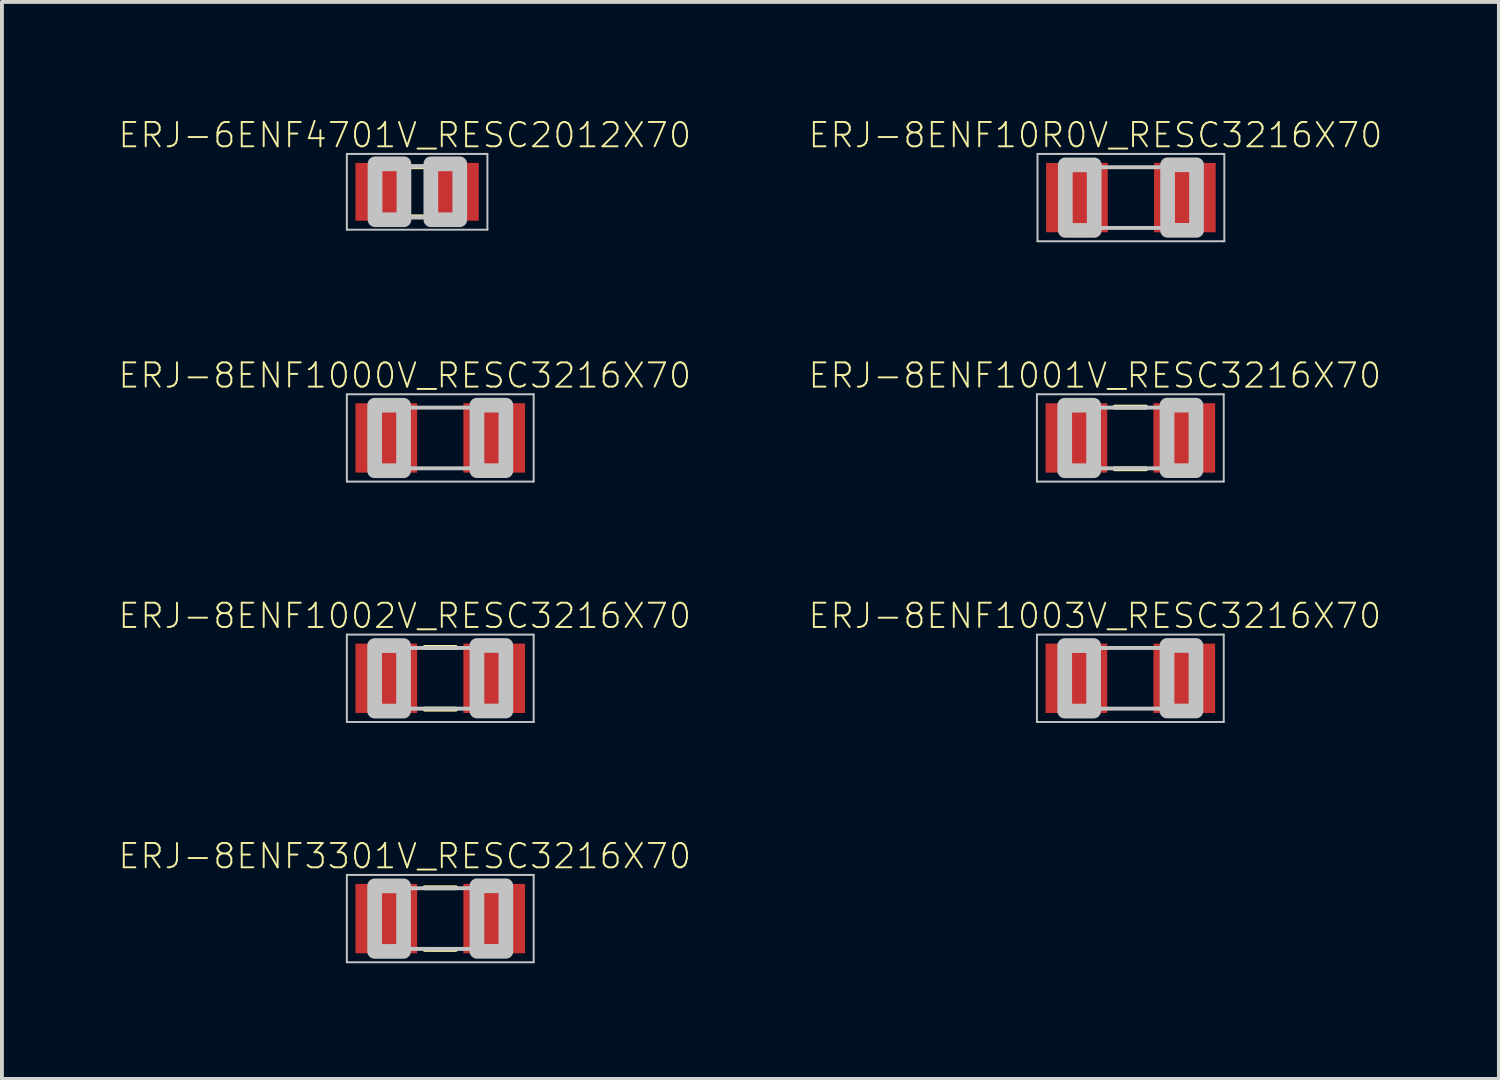
<source format=kicad_pcb>
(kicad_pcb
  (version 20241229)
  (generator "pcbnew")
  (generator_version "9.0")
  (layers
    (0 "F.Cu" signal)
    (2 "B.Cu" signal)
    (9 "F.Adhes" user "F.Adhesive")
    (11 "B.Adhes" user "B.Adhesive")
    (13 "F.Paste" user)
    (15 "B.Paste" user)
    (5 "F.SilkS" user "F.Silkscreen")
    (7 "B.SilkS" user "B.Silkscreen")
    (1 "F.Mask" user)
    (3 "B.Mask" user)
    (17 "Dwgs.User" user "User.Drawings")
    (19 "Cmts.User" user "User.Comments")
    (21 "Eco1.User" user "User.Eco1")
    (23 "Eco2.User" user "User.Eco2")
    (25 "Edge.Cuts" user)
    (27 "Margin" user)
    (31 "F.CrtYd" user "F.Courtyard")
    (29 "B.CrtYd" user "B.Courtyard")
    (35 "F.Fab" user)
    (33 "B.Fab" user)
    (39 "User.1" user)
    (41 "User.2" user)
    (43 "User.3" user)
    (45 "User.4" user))
  (footprint "ERJ-8ENF10R0V_RESC3216X70"
    (layer "F.Cu")
    (at 26.288 2.076)
    (property "Reference" "ERJ-8ENF10R0V_RESC3216X70" (at -0.92 -1.62 0) (layer "F.SilkS") (effects (font (size 0.63 0.63) (thickness 0.05))))
    (attr smd)
    (fp_line (start -2.423 -1.133) (end 2.423 -1.133) (stroke (width 0.051) (type solid)) (layer "Dwgs.User"))
    (fp_line (start -2.423 1.133) (end -2.423 -1.133) (stroke (width 0.051) (type solid)) (layer "Dwgs.User"))
    (fp_line (start -0.965 -0.787) (end 0.965 -0.787) (stroke (width 0.102) (type solid)) (layer "Dwgs.User"))
    (fp_line (start -0.965 0.787) (end 0.965 0.787) (stroke (width 0.102) (type solid)) (layer "Dwgs.User"))
    (fp_line (start 2.423 -1.133) (end 2.423 1.133) (stroke (width 0.051) (type solid)) (layer "Dwgs.User"))
    (fp_line (start 2.423 1.133) (end -2.423 1.133) (stroke (width 0.051) (type solid)) (layer "Dwgs.User"))
    (fp_poly (pts (xy -1.702 -0.849) (xy -0.952 -0.849) (xy -0.952 0.851) (xy -1.702 0.851)) (stroke (width 0.381) (type solid)) (fill no) (layer "Dwgs.User"))
    (fp_poly (pts (xy 0.952 -0.851) (xy 1.702 -0.851) (xy 1.702 0.849) (xy 0.952 0.849)) (stroke (width 0.381) (type solid)) (fill no) (layer "Dwgs.User"))
    (pad "1" smd rect (at -1.4 0) (size 1.6 1.8) (layers "F.Cu" "F.Mask" "F.Paste"))
    (pad "2" smd rect (at 1.4 0) (size 1.6 1.8) (layers "F.Cu" "F.Mask" "F.Paste")))
  (footprint "ERJ-8ENF1001V_RESC3216X70"
    (layer "F.Cu")
    (at 26.273 8.311)
    (property "Reference" "ERJ-8ENF1001V_RESC3216X70" (at -0.92 -1.62 0) (layer "F.SilkS") (effects (font (size 0.63 0.63) (thickness 0.05))))
    (attr smd)
    (fp_line (start -0.4 -0.8) (end 0.4 -0.8) (stroke (width 0.127) (type solid)) (layer "F.SilkS"))
    (fp_line (start -0.4 0.8) (end 0.4 0.8) (stroke (width 0.127) (type solid)) (layer "F.SilkS"))
    (fp_line (start -2.423 -1.133) (end 2.423 -1.133) (stroke (width 0.051) (type solid)) (layer "Dwgs.User"))
    (fp_line (start -2.423 1.133) (end -2.423 -1.133) (stroke (width 0.051) (type solid)) (layer "Dwgs.User"))
    (fp_line (start -0.965 -0.787) (end 0.965 -0.787) (stroke (width 0.102) (type solid)) (layer "Dwgs.User"))
    (fp_line (start -0.965 0.787) (end 0.965 0.787) (stroke (width 0.102) (type solid)) (layer "Dwgs.User"))
    (fp_line (start 2.423 -1.133) (end 2.423 1.133) (stroke (width 0.051) (type solid)) (layer "Dwgs.User"))
    (fp_line (start 2.423 1.133) (end -2.423 1.133) (stroke (width 0.051) (type solid)) (layer "Dwgs.User"))
    (fp_poly (pts (xy -1.702 -0.849) (xy -0.952 -0.849) (xy -0.952 0.851) (xy -1.702 0.851)) (stroke (width 0.381) (type solid)) (fill no) (layer "Dwgs.User"))
    (fp_poly (pts (xy 0.952 -0.851) (xy 1.702 -0.851) (xy 1.702 0.849) (xy 0.952 0.849)) (stroke (width 0.381) (type solid)) (fill no) (layer "Dwgs.User"))
    (pad "1" smd rect (at -1.4 0) (size 1.6 1.8) (layers "F.Cu" "F.Mask" "F.Paste"))
    (pad "2" smd rect (at 1.4 0) (size 1.6 1.8) (layers "F.Cu" "F.Mask" "F.Paste")))
  (footprint "ERJ-8ENF1002V_RESC3216X70"
    (layer "F.Cu")
    (at 8.371 14.546)
    (property "Reference" "ERJ-8ENF1002V_RESC3216X70" (at -0.92 -1.62 0) (layer "F.SilkS") (effects (font (size 0.63 0.63) (thickness 0.05))))
    (attr smd)
    (fp_line (start -0.4 -0.8) (end 0.4 -0.8) (stroke (width 0.127) (type solid)) (layer "F.SilkS"))
    (fp_line (start -0.4 0.8) (end 0.4 0.8) (stroke (width 0.127) (type solid)) (layer "F.SilkS"))
    (fp_line (start -2.423 -1.133) (end 2.423 -1.133) (stroke (width 0.051) (type solid)) (layer "Dwgs.User"))
    (fp_line (start -2.423 1.133) (end -2.423 -1.133) (stroke (width 0.051) (type solid)) (layer "Dwgs.User"))
    (fp_line (start -0.965 -0.787) (end 0.965 -0.787) (stroke (width 0.102) (type solid)) (layer "Dwgs.User"))
    (fp_line (start -0.965 0.787) (end 0.965 0.787) (stroke (width 0.102) (type solid)) (layer "Dwgs.User"))
    (fp_line (start 2.423 -1.133) (end 2.423 1.133) (stroke (width 0.051) (type solid)) (layer "Dwgs.User"))
    (fp_line (start 2.423 1.133) (end -2.423 1.133) (stroke (width 0.051) (type solid)) (layer "Dwgs.User"))
    (fp_poly (pts (xy -1.702 -0.849) (xy -0.952 -0.849) (xy -0.952 0.851) (xy -1.702 0.851)) (stroke (width 0.381) (type solid)) (fill no) (layer "Dwgs.User"))
    (fp_poly (pts (xy 0.952 -0.851) (xy 1.702 -0.851) (xy 1.702 0.849) (xy 0.952 0.849)) (stroke (width 0.381) (type solid)) (fill no) (layer "Dwgs.User"))
    (pad "1" smd rect (at -1.4 0) (size 1.6 1.8) (layers "F.Cu" "F.Mask" "F.Paste"))
    (pad "2" smd rect (at 1.4 0) (size 1.6 1.8) (layers "F.Cu" "F.Mask" "F.Paste")))
  (footprint "ERJ-8ENF3301V_RESC3216X70"
    (layer "F.Cu")
    (at 8.371 20.78)
    (property "Reference" "ERJ-8ENF3301V_RESC3216X70" (at -0.92 -1.62 0) (layer "F.SilkS") (effects (font (size 0.63 0.63) (thickness 0.05))))
    (attr smd)
    (fp_line (start -0.4 -0.8) (end 0.4 -0.8) (stroke (width 0.127) (type solid)) (layer "F.SilkS"))
    (fp_line (start -0.4 0.8) (end 0.4 0.8) (stroke (width 0.127) (type solid)) (layer "F.SilkS"))
    (fp_line (start -2.423 -1.133) (end 2.423 -1.133) (stroke (width 0.051) (type solid)) (layer "Dwgs.User"))
    (fp_line (start -2.423 1.133) (end -2.423 -1.133) (stroke (width 0.051) (type solid)) (layer "Dwgs.User"))
    (fp_line (start -0.965 -0.787) (end 0.965 -0.787) (stroke (width 0.102) (type solid)) (layer "Dwgs.User"))
    (fp_line (start -0.965 0.787) (end 0.965 0.787) (stroke (width 0.102) (type solid)) (layer "Dwgs.User"))
    (fp_line (start 2.423 -1.133) (end 2.423 1.133) (stroke (width 0.051) (type solid)) (layer "Dwgs.User"))
    (fp_line (start 2.423 1.133) (end -2.423 1.133) (stroke (width 0.051) (type solid)) (layer "Dwgs.User"))
    (fp_poly (pts (xy -1.702 -0.849) (xy -0.952 -0.849) (xy -0.952 0.851) (xy -1.702 0.851)) (stroke (width 0.381) (type solid)) (fill no) (layer "Dwgs.User"))
    (fp_poly (pts (xy 0.952 -0.851) (xy 1.702 -0.851) (xy 1.702 0.849) (xy 0.952 0.849)) (stroke (width 0.381) (type solid)) (fill no) (layer "Dwgs.User"))
    (pad "1" smd rect (at -1.4 0) (size 1.6 1.8) (layers "F.Cu" "F.Mask" "F.Paste"))
    (pad "2" smd rect (at 1.4 0) (size 1.6 1.8) (layers "F.Cu" "F.Mask" "F.Paste")))
  (footprint "ERJ-6ENF4701V_RESC2012X70"
    (layer "F.Cu")
    (at 7.771 1.926)
    (property "Reference" "ERJ-6ENF4701V_RESC2012X70" (at -0.32 -1.47 0) (layer "F.SilkS") (effects (font (size 0.63 0.63) (thickness 0.05))))
    (attr smd)
    (fp_line (start -0.15 -0.65) (end 0.15 -0.65) (stroke (width 0.127) (type solid)) (layer "F.SilkS"))
    (fp_line (start -0.15 0.65) (end 0.15 0.65) (stroke (width 0.127) (type solid)) (layer "F.SilkS"))
    (fp_line (start -1.823 -0.983) (end 1.823 -0.983) (stroke (width 0.051) (type solid)) (layer "Dwgs.User"))
    (fp_line (start -1.823 0.983) (end -1.823 -0.983) (stroke (width 0.051) (type solid)) (layer "Dwgs.User"))
    (fp_line (start -0.381 -0.66) (end 0.381 -0.66) (stroke (width 0.102) (type solid)) (layer "Dwgs.User"))
    (fp_line (start -0.356 0.66) (end 0.381 0.66) (stroke (width 0.102) (type solid)) (layer "Dwgs.User"))
    (fp_line (start 1.823 -0.983) (end 1.823 0.983) (stroke (width 0.051) (type solid)) (layer "Dwgs.User"))
    (fp_line (start 1.823 0.983) (end -1.823 0.983) (stroke (width 0.051) (type solid)) (layer "Dwgs.User"))
    (fp_poly (pts (xy -1.092 -0.726) (xy -0.342 -0.726) (xy -0.342 0.724) (xy -1.092 0.724)) (stroke (width 0.381) (type solid)) (fill no) (layer "Dwgs.User"))
    (fp_poly (pts (xy 0.356 -0.726) (xy 1.106 -0.726) (xy 1.106 0.724) (xy 0.356 0.724)) (stroke (width 0.381) (type solid)) (fill no) (layer "Dwgs.User"))
    (pad "1" smd rect (at -0.95 0) (size 1.3 1.5) (layers "F.Cu" "F.Mask" "F.Paste"))
    (pad "2" smd rect (at 0.95 0) (size 1.3 1.5) (layers "F.Cu" "F.Mask" "F.Paste")))
  (footprint "ERJ-8ENF1003V_RESC3216X70"
    (layer "F.Cu")
    (at 26.273 14.546)
    (property "Reference" "ERJ-8ENF1003V_RESC3216X70" (at -0.92 -1.62 0) (layer "F.SilkS") (effects (font (size 0.63 0.63) (thickness 0.05))))
    (attr smd)
    (fp_line (start -2.423 -1.133) (end 2.423 -1.133) (stroke (width 0.051) (type solid)) (layer "Dwgs.User"))
    (fp_line (start -2.423 1.133) (end -2.423 -1.133) (stroke (width 0.051) (type solid)) (layer "Dwgs.User"))
    (fp_line (start -0.965 -0.787) (end 0.965 -0.787) (stroke (width 0.102) (type solid)) (layer "Dwgs.User"))
    (fp_line (start -0.965 0.787) (end 0.965 0.787) (stroke (width 0.102) (type solid)) (layer "Dwgs.User"))
    (fp_line (start 2.423 -1.133) (end 2.423 1.133) (stroke (width 0.051) (type solid)) (layer "Dwgs.User"))
    (fp_line (start 2.423 1.133) (end -2.423 1.133) (stroke (width 0.051) (type solid)) (layer "Dwgs.User"))
    (fp_poly (pts (xy -1.702 -0.849) (xy -0.952 -0.849) (xy -0.952 0.851) (xy -1.702 0.851)) (stroke (width 0.381) (type solid)) (fill no) (layer "Dwgs.User"))
    (fp_poly (pts (xy 0.952 -0.851) (xy 1.702 -0.851) (xy 1.702 0.849) (xy 0.952 0.849)) (stroke (width 0.381) (type solid)) (fill no) (layer "Dwgs.User"))
    (pad "1" smd rect (at -1.4 0) (size 1.6 1.8) (layers "F.Cu" "F.Mask" "F.Paste"))
    (pad "2" smd rect (at 1.4 0) (size 1.6 1.8) (layers "F.Cu" "F.Mask" "F.Paste")))
  (footprint "ERJ-8ENF1000V_RESC3216X70"
    (layer "F.Cu")
    (at 8.371 8.311)
    (property "Reference" "ERJ-8ENF1000V_RESC3216X70" (at -0.92 -1.62 0) (layer "F.SilkS") (effects (font (size 0.63 0.63) (thickness 0.05))))
    (attr smd)
    (fp_line (start -2.423 -1.133) (end 2.423 -1.133) (stroke (width 0.051) (type solid)) (layer "Dwgs.User"))
    (fp_line (start -2.423 1.133) (end -2.423 -1.133) (stroke (width 0.051) (type solid)) (layer "Dwgs.User"))
    (fp_line (start -0.965 -0.787) (end 0.965 -0.787) (stroke (width 0.102) (type solid)) (layer "Dwgs.User"))
    (fp_line (start -0.965 0.787) (end 0.965 0.787) (stroke (width 0.102) (type solid)) (layer "Dwgs.User"))
    (fp_line (start 2.423 -1.133) (end 2.423 1.133) (stroke (width 0.051) (type solid)) (layer "Dwgs.User"))
    (fp_line (start 2.423 1.133) (end -2.423 1.133) (stroke (width 0.051) (type solid)) (layer "Dwgs.User"))
    (fp_poly (pts (xy -1.702 -0.849) (xy -0.952 -0.849) (xy -0.952 0.851) (xy -1.702 0.851)) (stroke (width 0.381) (type solid)) (fill no) (layer "Dwgs.User"))
    (fp_poly (pts (xy 0.952 -0.851) (xy 1.702 -0.851) (xy 1.702 0.849) (xy 0.952 0.849)) (stroke (width 0.381) (type solid)) (fill no) (layer "Dwgs.User"))
    (pad "1" smd rect (at -1.4 0) (size 1.6 1.8) (layers "F.Cu" "F.Mask" "F.Paste"))
    (pad "2" smd rect (at 1.4 0) (size 1.6 1.8) (layers "F.Cu" "F.Mask" "F.Paste")))
  (gr_rect
    (start -3 -3)
    (end 35.834 24.939)
    (stroke (width 0.1) (type default))
    (fill no)
    (layer "Edge.Cuts")))
</source>
